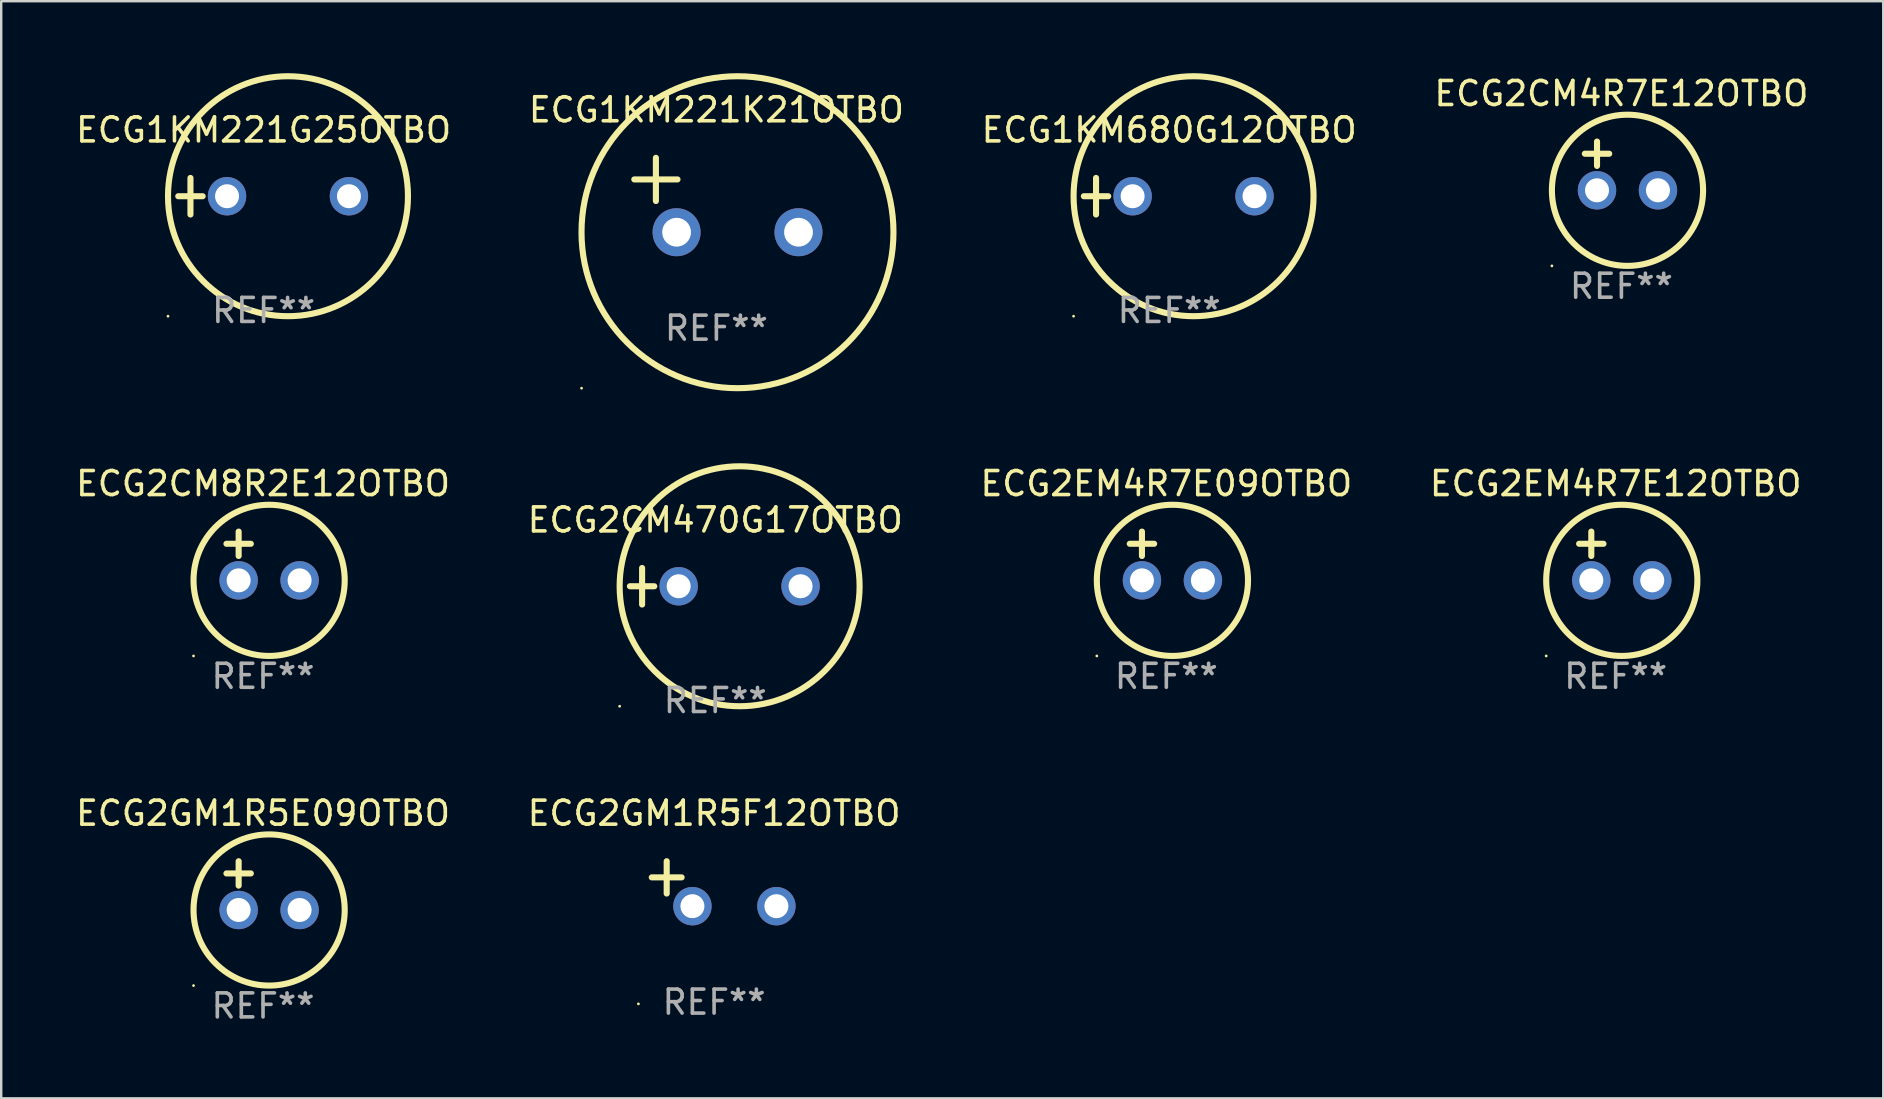
<source format=kicad_pcb>
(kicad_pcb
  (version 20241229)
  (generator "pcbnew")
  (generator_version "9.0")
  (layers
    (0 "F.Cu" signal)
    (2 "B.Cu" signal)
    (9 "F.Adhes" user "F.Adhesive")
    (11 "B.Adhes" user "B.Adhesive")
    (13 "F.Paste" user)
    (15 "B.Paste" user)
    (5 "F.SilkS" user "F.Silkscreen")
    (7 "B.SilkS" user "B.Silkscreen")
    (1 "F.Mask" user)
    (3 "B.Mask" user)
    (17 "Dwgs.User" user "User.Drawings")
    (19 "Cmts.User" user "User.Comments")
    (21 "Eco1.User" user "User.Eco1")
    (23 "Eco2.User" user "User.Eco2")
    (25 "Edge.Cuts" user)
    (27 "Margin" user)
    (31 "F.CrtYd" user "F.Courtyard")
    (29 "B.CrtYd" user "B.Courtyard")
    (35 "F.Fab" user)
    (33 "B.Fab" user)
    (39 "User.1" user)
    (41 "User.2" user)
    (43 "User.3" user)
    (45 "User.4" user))
  (footprint "ECG1KM680G12OTBO"
    (layer "F.Cu")
    (at 45.673 5.127)
    (property "Reference" "ECG1KM680G12OTBO" (at 0 -2.762 0) (layer "F.SilkS") (effects (font (size 1 1) (thickness 0.15))))
    (attr through_hole)
    (fp_line (start -3.556 0) (end -2.54 0) (stroke (width 0.254) (type solid)) (layer "F.SilkS"))
    (fp_line (start -3.048 -0.762) (end -3.048 0.762) (stroke (width 0.254) (type solid)) (layer "F.SilkS"))
    (fp_circle (center -3.984 5) (end -3.954 5) (stroke (width 0.06) (type solid)) (fill no) (layer "F.SilkS"))
    (fp_circle (center 1.016 0) (end 6.016 0) (stroke (width 0.254) (type solid)) (fill no) (layer "F.SilkS"))
    (fp_text user "REF**" (at 0 4.762 0) (layer "F.Fab") (effects (font (size 1 1) (thickness 0.15))))
    (pad "1" thru_hole circle (at -1.524 0) (size 1.6 1.6) (drill 1) (layers "*.Cu" "*.Mask"))
    (pad "2" thru_hole circle (at 3.556 0) (size 1.6 1.6) (drill 1) (layers "*.Cu" "*.Mask")))
  (footprint "ECG2GM1R5E09OTBO"
    (layer "F.Cu")
    (at 7.911 33.856)
    (property "Reference" "ECG2GM1R5E09OTBO" (at 0 -3.016 0) (layer "F.SilkS") (effects (font (size 1 1) (thickness 0.15))))
    (attr through_hole)
    (fp_line (start -1.524 -0.508) (end -0.508 -0.508) (stroke (width 0.254) (type solid)) (layer "F.SilkS"))
    (fp_line (start -1.016 -1.016) (end -1.016 0) (stroke (width 0.254) (type solid)) (layer "F.SilkS"))
    (fp_circle (center -2.896 4.166) (end -2.866 4.166) (stroke (width 0.06) (type solid)) (fill no) (layer "F.SilkS"))
    (fp_circle (center 0.254 1.016) (end 3.404 1.016) (stroke (width 0.254) (type solid)) (fill no) (layer "F.SilkS"))
    (fp_text user "REF**" (at 0 5.016 0) (layer "F.Fab") (effects (font (size 1 1) (thickness 0.15))))
    (pad "1" thru_hole circle (at -1.016 1.016) (size 1.6 1.6) (drill 1) (layers "*.Cu" "*.Mask"))
    (pad "2" thru_hole circle (at 1.524 1.016) (size 1.6 1.6) (drill 1) (layers "*.Cu" "*.Mask")))
  (footprint "ECG2CM4R7E12OTBO"
    (layer "F.Cu")
    (at 64.518 3.864)
    (property "Reference" "ECG2CM4R7E12OTBO" (at 0 -3.016 0) (layer "F.SilkS") (effects (font (size 1 1) (thickness 0.15))))
    (attr through_hole)
    (fp_line (start -1.524 -0.508) (end -0.508 -0.508) (stroke (width 0.254) (type solid)) (layer "F.SilkS"))
    (fp_line (start -1.016 -1.016) (end -1.016 0) (stroke (width 0.254) (type solid)) (layer "F.SilkS"))
    (fp_circle (center -2.896 4.166) (end -2.866 4.166) (stroke (width 0.06) (type solid)) (fill no) (layer "F.SilkS"))
    (fp_circle (center 0.254 1.016) (end 3.404 1.016) (stroke (width 0.254) (type solid)) (fill no) (layer "F.SilkS"))
    (fp_text user "REF**" (at 0 5.016 0) (layer "F.Fab") (effects (font (size 1 1) (thickness 0.15))))
    (pad "1" thru_hole circle (at -1.016 1.016) (size 1.6 1.6) (drill 1) (layers "*.Cu" "*.Mask"))
    (pad "2" thru_hole circle (at 1.524 1.016) (size 1.6 1.6) (drill 1) (layers "*.Cu" "*.Mask")))
  (footprint "ECG2CM470G17OTBO"
    (layer "F.Cu")
    (at 26.756 21.381)
    (property "Reference" "ECG2CM470G17OTBO" (at 0 -2.762 0) (layer "F.SilkS") (effects (font (size 1 1) (thickness 0.15))))
    (attr through_hole)
    (fp_line (start -3.556 0) (end -2.54 0) (stroke (width 0.254) (type solid)) (layer "F.SilkS"))
    (fp_line (start -3.048 -0.762) (end -3.048 0.762) (stroke (width 0.254) (type solid)) (layer "F.SilkS"))
    (fp_circle (center -3.984 5) (end -3.954 5) (stroke (width 0.06) (type solid)) (fill no) (layer "F.SilkS"))
    (fp_circle (center 1.016 0) (end 6.016 0) (stroke (width 0.254) (type solid)) (fill no) (layer "F.SilkS"))
    (fp_text user "REF**" (at 0 4.762 0) (layer "F.Fab") (effects (font (size 1 1) (thickness 0.15))))
    (pad "1" thru_hole circle (at -1.524 0) (size 1.6 1.6) (drill 1) (layers "*.Cu" "*.Mask"))
    (pad "2" thru_hole circle (at 3.556 0) (size 1.6 1.6) (drill 1) (layers "*.Cu" "*.Mask")))
  (footprint "ECG2CM8R2E12OTBO"
    (layer "F.Cu")
    (at 7.911 20.119)
    (property "Reference" "ECG2CM8R2E12OTBO" (at 0 -3.016 0) (layer "F.SilkS") (effects (font (size 1 1) (thickness 0.15))))
    (attr through_hole)
    (fp_line (start -1.524 -0.508) (end -0.508 -0.508) (stroke (width 0.254) (type solid)) (layer "F.SilkS"))
    (fp_line (start -1.016 -1.016) (end -1.016 0) (stroke (width 0.254) (type solid)) (layer "F.SilkS"))
    (fp_circle (center -2.896 4.166) (end -2.866 4.166) (stroke (width 0.06) (type solid)) (fill no) (layer "F.SilkS"))
    (fp_circle (center 0.254 1.016) (end 3.404 1.016) (stroke (width 0.254) (type solid)) (fill no) (layer "F.SilkS"))
    (fp_text user "REF**" (at 0 5.016 0) (layer "F.Fab") (effects (font (size 1 1) (thickness 0.15))))
    (pad "1" thru_hole circle (at -1.016 1.016) (size 1.6 1.6) (drill 1) (layers "*.Cu" "*.Mask"))
    (pad "2" thru_hole circle (at 1.524 1.016) (size 1.6 1.6) (drill 1) (layers "*.Cu" "*.Mask")))
  (footprint "ECG2EM4R7E12OTBO"
    (layer "F.Cu")
    (at 64.28 20.119)
    (property "Reference" "ECG2EM4R7E12OTBO" (at 0 -3.016 0) (layer "F.SilkS") (effects (font (size 1 1) (thickness 0.15))))
    (attr through_hole)
    (fp_line (start -1.524 -0.508) (end -0.508 -0.508) (stroke (width 0.254) (type solid)) (layer "F.SilkS"))
    (fp_line (start -1.016 -1.016) (end -1.016 0) (stroke (width 0.254) (type solid)) (layer "F.SilkS"))
    (fp_circle (center -2.896 4.166) (end -2.866 4.166) (stroke (width 0.06) (type solid)) (fill no) (layer "F.SilkS"))
    (fp_circle (center 0.254 1.016) (end 3.404 1.016) (stroke (width 0.254) (type solid)) (fill no) (layer "F.SilkS"))
    (fp_text user "REF**" (at 0 5.016 0) (layer "F.Fab") (effects (font (size 1 1) (thickness 0.15))))
    (pad "1" thru_hole circle (at -1.016 1.016) (size 1.6 1.6) (drill 1) (layers "*.Cu" "*.Mask"))
    (pad "2" thru_hole circle (at 1.524 1.016) (size 1.6 1.6) (drill 1) (layers "*.Cu" "*.Mask")))
  (footprint "ECG2EM4R7E09OTBO"
    (layer "F.Cu")
    (at 45.554 20.119)
    (property "Reference" "ECG2EM4R7E09OTBO" (at 0 -3.016 0) (layer "F.SilkS") (effects (font (size 1 1) (thickness 0.15))))
    (attr through_hole)
    (fp_line (start -1.524 -0.508) (end -0.508 -0.508) (stroke (width 0.254) (type solid)) (layer "F.SilkS"))
    (fp_line (start -1.016 -1.016) (end -1.016 0) (stroke (width 0.254) (type solid)) (layer "F.SilkS"))
    (fp_circle (center -2.896 4.166) (end -2.866 4.166) (stroke (width 0.06) (type solid)) (fill no) (layer "F.SilkS"))
    (fp_circle (center 0.254 1.016) (end 3.404 1.016) (stroke (width 0.254) (type solid)) (fill no) (layer "F.SilkS"))
    (fp_text user "REF**" (at 0 5.016 0) (layer "F.Fab") (effects (font (size 1 1) (thickness 0.15))))
    (pad "1" thru_hole circle (at -1.016 1.016) (size 1.6 1.6) (drill 1) (layers "*.Cu" "*.Mask"))
    (pad "2" thru_hole circle (at 1.524 1.016) (size 1.6 1.6) (drill 1) (layers "*.Cu" "*.Mask")))
  (footprint "ECG1KM221G25OTBO"
    (layer "F.Cu")
    (at 7.935 5.127)
    (property "Reference" "ECG1KM221G25OTBO" (at 0 -2.762 0) (layer "F.SilkS") (effects (font (size 1 1) (thickness 0.15))))
    (attr through_hole)
    (fp_line (start -3.556 0) (end -2.54 0) (stroke (width 0.254) (type solid)) (layer "F.SilkS"))
    (fp_line (start -3.048 -0.762) (end -3.048 0.762) (stroke (width 0.254) (type solid)) (layer "F.SilkS"))
    (fp_circle (center -3.984 5) (end -3.954 5) (stroke (width 0.06) (type solid)) (fill no) (layer "F.SilkS"))
    (fp_circle (center 1.016 0) (end 6.016 0) (stroke (width 0.254) (type solid)) (fill no) (layer "F.SilkS"))
    (fp_text user "REF**" (at 0 4.762 0) (layer "F.Fab") (effects (font (size 1 1) (thickness 0.15))))
    (pad "1" thru_hole circle (at -1.524 0) (size 1.6 1.6) (drill 1) (layers "*.Cu" "*.Mask"))
    (pad "2" thru_hole circle (at 3.556 0) (size 1.6 1.6) (drill 1) (layers "*.Cu" "*.Mask")))
  (footprint "ECG2GM1R5F12OTBO"
    (layer "F.Cu")
    (at 26.708 33.776)
    (property "Reference" "ECG2GM1R5F12OTBO" (at 0 -2.937 0) (layer "F.SilkS") (effects (font (size 1 1) (thickness 0.15))))
    (attr through_hole)
    (fp_line (start -1.975 0.41) (end -1.975 -0.937) (stroke (width 0.254) (type solid)) (layer "F.SilkS"))
    (fp_line (start -1.353 -0.263) (end -2.597 -0.263) (stroke (width 0.254) (type solid)) (layer "F.SilkS"))
    (fp_arc (start 0.849809 -3.063957) (mid 0.885369 -3.064114) (end 0.920929 -3.063957) (stroke (width 0.254001) (type solid)) (layer "F.SilkS"))
    (fp_circle (center -3.154 5.008) (end -3.124 5.008) (stroke (width 0.06) (type solid)) (fill no) (layer "F.SilkS"))
    (fp_text user "REF**" (at 0 4.937 0) (layer "F.Fab") (effects (font (size 1 1) (thickness 0.15))))
    (pad "1" thru_hole circle (at -0.903 0.937) (size 1.6 1.6) (drill 1) (layers "*.Cu" "*.Mask"))
    (pad "2" thru_hole circle (at 2.597 0.937) (size 1.6 1.6) (drill 1) (layers "*.Cu" "*.Mask")))
  (footprint "ECG1KM221K21OTBO"
    (layer "F.Cu")
    (at 26.804 5.077)
    (property "Reference" "ECG1KM221K21OTBO" (at 0 -3.55 0) (layer "F.SilkS") (effects (font (size 1 1) (thickness 0.15))))
    (attr through_hole)
    (fp_line (start -3.421 -0.65) (end -1.621 -0.65) (stroke (width 0.254) (type solid)) (layer "F.SilkS"))
    (fp_line (start -2.521 -1.55) (end -2.521 0.25) (stroke (width 0.254) (type solid)) (layer "F.SilkS"))
    (fp_circle (center -5.619 8.05) (end -5.589 8.05) (stroke (width 0.06) (type solid)) (fill no) (layer "F.SilkS"))
    (fp_circle (center 0.879 1.55) (end 7.379 1.55) (stroke (width 0.254) (type solid)) (fill no) (layer "F.SilkS"))
    (fp_text user "REF**" (at 0 5.55 0) (layer "F.Fab") (effects (font (size 1 1) (thickness 0.15))))
    (pad "1" thru_hole circle (at -1.659 1.55) (size 2 2) (drill 1.2) (layers "*.Cu" "*.Mask"))
    (pad "2" thru_hole circle (at 3.421 1.55) (size 2 2) (drill 1.2) (layers "*.Cu" "*.Mask")))
  (gr_rect
    (start -3 -3)
    (end 75.429 42.72)
    (stroke (width 0.1) (type default))
    (fill no)
    (layer "Edge.Cuts")))
</source>
